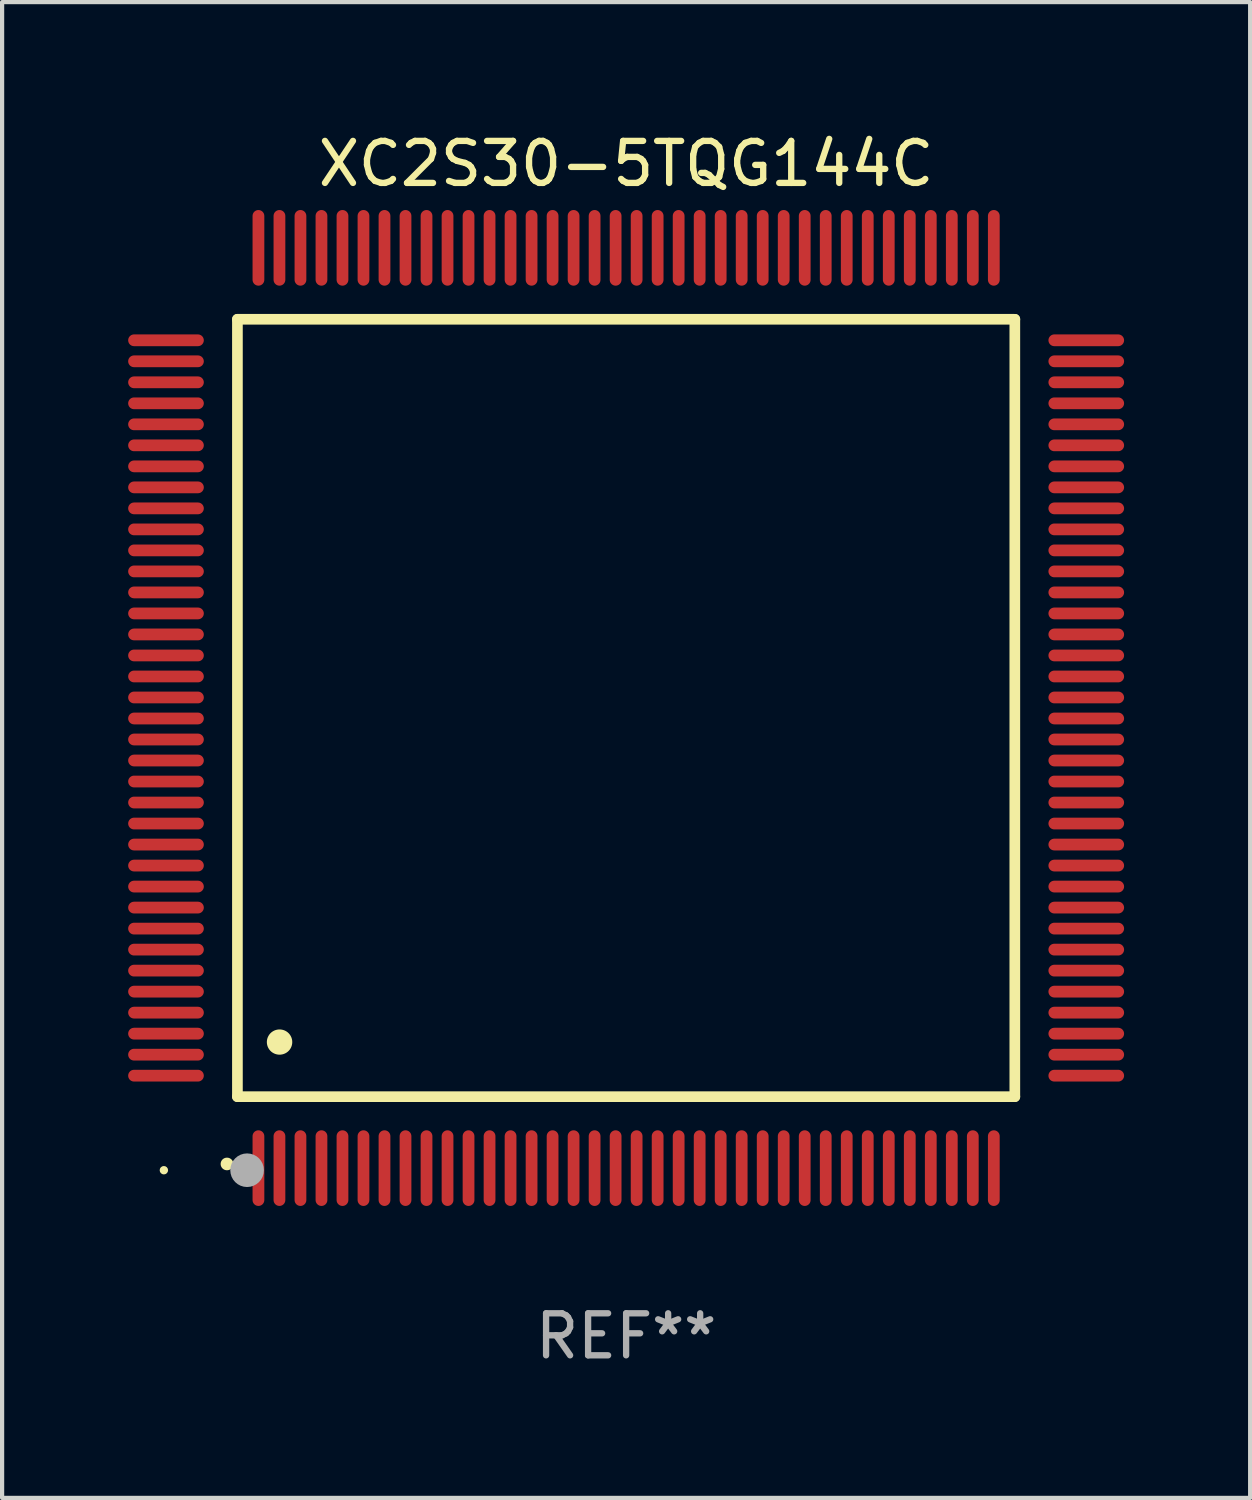
<source format=kicad_pcb>
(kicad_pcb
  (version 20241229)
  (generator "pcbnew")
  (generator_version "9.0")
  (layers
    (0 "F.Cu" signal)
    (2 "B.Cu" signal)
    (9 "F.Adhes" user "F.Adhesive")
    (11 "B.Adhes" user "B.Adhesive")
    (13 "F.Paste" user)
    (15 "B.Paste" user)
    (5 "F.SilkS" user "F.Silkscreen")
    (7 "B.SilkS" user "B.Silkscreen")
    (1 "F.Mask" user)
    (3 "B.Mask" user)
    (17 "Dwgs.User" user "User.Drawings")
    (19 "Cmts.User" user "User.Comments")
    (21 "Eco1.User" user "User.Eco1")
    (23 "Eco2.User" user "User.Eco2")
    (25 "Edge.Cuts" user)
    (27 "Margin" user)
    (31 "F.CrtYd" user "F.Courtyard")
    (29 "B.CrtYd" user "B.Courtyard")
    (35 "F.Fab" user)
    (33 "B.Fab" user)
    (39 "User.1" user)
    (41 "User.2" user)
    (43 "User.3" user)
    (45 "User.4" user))
  (footprint "XC2S30-5TQG144C"
    (layer "F.Cu")
    (at 11.85 13.798)
    (property "Reference" "XC2S30-5TQG144C" (at 0 -12.95 0) (layer "F.SilkS") (effects (font (size 1 1) (thickness 0.15))))
    (attr through_hole)
    (fp_line (start -9.25 -9.25) (end -9.25 9.25) (stroke (width 0.254) (type solid)) (layer "F.SilkS"))
    (fp_line (start -9.25 9.25) (end 9.25 9.25) (stroke (width 0.254) (type solid)) (layer "F.SilkS"))
    (fp_line (start 9.25 -9.25) (end -9.25 -9.25) (stroke (width 0.254) (type solid)) (layer "F.SilkS"))
    (fp_line (start 9.25 9.25) (end 9.25 -9.25) (stroke (width 0.254) (type solid)) (layer "F.SilkS"))
    (fp_arc (start -9.499619 10.850902) (mid -9.498349 10.850897) (end -9.497079 10.850902) (stroke (width 0.3) (type solid)) (layer "F.SilkS"))
    (fp_arc (start -8.249936 7.950216) (mid -8.247396 7.950205) (end -8.244856 7.950216) (stroke (width 0.6) (type solid)) (layer "F.SilkS"))
    (fp_circle (center -11 11) (end -10.95 11) (stroke (width 0.1) (type solid)) (fill no) (layer "F.SilkS"))
    (fp_circle (center -9.02 11) (end -8.82 11) (stroke (width 0.4) (type solid)) (fill no) (layer "F.Fab"))
    (fp_text user "REF**" (at 0 14.95 0) (layer "F.Fab") (effects (font (size 1 1) (thickness 0.15))))
    (pad "1" smd oval (at -8.75 10.95) (size 0.28 1.8) (layers "F.Cu" "F.Mask" "F.Paste"))
    (pad "2" smd oval (at -8.25 10.95) (size 0.28 1.8) (layers "F.Cu" "F.Mask" "F.Paste"))
    (pad "3" smd oval (at -7.75 10.95) (size 0.28 1.8) (layers "F.Cu" "F.Mask" "F.Paste"))
    (pad "4" smd oval (at -7.25 10.95) (size 0.28 1.8) (layers "F.Cu" "F.Mask" "F.Paste"))
    (pad "5" smd oval (at -6.75 10.95) (size 0.28 1.8) (layers "F.Cu" "F.Mask" "F.Paste"))
    (pad "6" smd oval (at -6.25 10.95) (size 0.28 1.8) (layers "F.Cu" "F.Mask" "F.Paste"))
    (pad "7" smd oval (at -5.75 10.95) (size 0.28 1.8) (layers "F.Cu" "F.Mask" "F.Paste"))
    (pad "8" smd oval (at -5.25 10.95) (size 0.28 1.8) (layers "F.Cu" "F.Mask" "F.Paste"))
    (pad "9" smd oval (at -4.75 10.95) (size 0.28 1.8) (layers "F.Cu" "F.Mask" "F.Paste"))
    (pad "10" smd oval (at -4.25 10.95) (size 0.28 1.8) (layers "F.Cu" "F.Mask" "F.Paste"))
    (pad "11" smd oval (at -3.75 10.95) (size 0.28 1.8) (layers "F.Cu" "F.Mask" "F.Paste"))
    (pad "12" smd oval (at -3.25 10.95) (size 0.28 1.8) (layers "F.Cu" "F.Mask" "F.Paste"))
    (pad "13" smd oval (at -2.75 10.95) (size 0.28 1.8) (layers "F.Cu" "F.Mask" "F.Paste"))
    (pad "14" smd oval (at -2.25 10.95) (size 0.28 1.8) (layers "F.Cu" "F.Mask" "F.Paste"))
    (pad "15" smd oval (at -1.75 10.95) (size 0.28 1.8) (layers "F.Cu" "F.Mask" "F.Paste"))
    (pad "16" smd oval (at -1.25 10.95) (size 0.28 1.8) (layers "F.Cu" "F.Mask" "F.Paste"))
    (pad "17" smd oval (at -0.75 10.95) (size 0.28 1.8) (layers "F.Cu" "F.Mask" "F.Paste"))
    (pad "18" smd oval (at -0.25 10.95) (size 0.28 1.8) (layers "F.Cu" "F.Mask" "F.Paste"))
    (pad "19" smd oval (at 0.25 10.95) (size 0.28 1.8) (layers "F.Cu" "F.Mask" "F.Paste"))
    (pad "20" smd oval (at 0.75 10.95) (size 0.28 1.8) (layers "F.Cu" "F.Mask" "F.Paste"))
    (pad "21" smd oval (at 1.25 10.95) (size 0.28 1.8) (layers "F.Cu" "F.Mask" "F.Paste"))
    (pad "22" smd oval (at 1.75 10.95) (size 0.28 1.8) (layers "F.Cu" "F.Mask" "F.Paste"))
    (pad "23" smd oval (at 2.25 10.95) (size 0.28 1.8) (layers "F.Cu" "F.Mask" "F.Paste"))
    (pad "24" smd oval (at 2.75 10.95) (size 0.28 1.8) (layers "F.Cu" "F.Mask" "F.Paste"))
    (pad "25" smd oval (at 3.25 10.95) (size 0.28 1.8) (layers "F.Cu" "F.Mask" "F.Paste"))
    (pad "26" smd oval (at 3.75 10.95) (size 0.28 1.8) (layers "F.Cu" "F.Mask" "F.Paste"))
    (pad "27" smd oval (at 4.25 10.95) (size 0.28 1.8) (layers "F.Cu" "F.Mask" "F.Paste"))
    (pad "28" smd oval (at 4.75 10.95) (size 0.28 1.8) (layers "F.Cu" "F.Mask" "F.Paste"))
    (pad "29" smd oval (at 5.25 10.95) (size 0.28 1.8) (layers "F.Cu" "F.Mask" "F.Paste"))
    (pad "30" smd oval (at 5.75 10.95) (size 0.28 1.8) (layers "F.Cu" "F.Mask" "F.Paste"))
    (pad "31" smd oval (at 6.25 10.95) (size 0.28 1.8) (layers "F.Cu" "F.Mask" "F.Paste"))
    (pad "32" smd oval (at 6.75 10.95) (size 0.28 1.8) (layers "F.Cu" "F.Mask" "F.Paste"))
    (pad "33" smd oval (at 7.25 10.95) (size 0.28 1.8) (layers "F.Cu" "F.Mask" "F.Paste"))
    (pad "34" smd oval (at 7.75 10.95) (size 0.28 1.8) (layers "F.Cu" "F.Mask" "F.Paste"))
    (pad "35" smd oval (at 8.25 10.95) (size 0.28 1.8) (layers "F.Cu" "F.Mask" "F.Paste"))
    (pad "36" smd oval (at 8.75 10.95) (size 0.28 1.8) (layers "F.Cu" "F.Mask" "F.Paste"))
    (pad "37" smd oval (at 10.95 8.75) (size 1.8 0.28) (layers "F.Cu" "F.Mask" "F.Paste"))
    (pad "38" smd oval (at 10.95 8.25) (size 1.8 0.28) (layers "F.Cu" "F.Mask" "F.Paste"))
    (pad "39" smd oval (at 10.95 7.75) (size 1.8 0.28) (layers "F.Cu" "F.Mask" "F.Paste"))
    (pad "40" smd oval (at 10.95 7.25) (size 1.8 0.28) (layers "F.Cu" "F.Mask" "F.Paste"))
    (pad "41" smd oval (at 10.95 6.75) (size 1.8 0.28) (layers "F.Cu" "F.Mask" "F.Paste"))
    (pad "42" smd oval (at 10.95 6.25) (size 1.8 0.28) (layers "F.Cu" "F.Mask" "F.Paste"))
    (pad "43" smd oval (at 10.95 5.75) (size 1.8 0.28) (layers "F.Cu" "F.Mask" "F.Paste"))
    (pad "44" smd oval (at 10.95 5.25) (size 1.8 0.28) (layers "F.Cu" "F.Mask" "F.Paste"))
    (pad "45" smd oval (at 10.95 4.75) (size 1.8 0.28) (layers "F.Cu" "F.Mask" "F.Paste"))
    (pad "46" smd oval (at 10.95 4.25) (size 1.8 0.28) (layers "F.Cu" "F.Mask" "F.Paste"))
    (pad "47" smd oval (at 10.95 3.75) (size 1.8 0.28) (layers "F.Cu" "F.Mask" "F.Paste"))
    (pad "48" smd oval (at 10.95 3.25) (size 1.8 0.28) (layers "F.Cu" "F.Mask" "F.Paste"))
    (pad "49" smd oval (at 10.95 2.75) (size 1.8 0.28) (layers "F.Cu" "F.Mask" "F.Paste"))
    (pad "50" smd oval (at 10.95 2.25) (size 1.8 0.28) (layers "F.Cu" "F.Mask" "F.Paste"))
    (pad "51" smd oval (at 10.95 1.75) (size 1.8 0.28) (layers "F.Cu" "F.Mask" "F.Paste"))
    (pad "52" smd oval (at 10.95 1.25) (size 1.8 0.28) (layers "F.Cu" "F.Mask" "F.Paste"))
    (pad "53" smd oval (at 10.95 0.75) (size 1.8 0.28) (layers "F.Cu" "F.Mask" "F.Paste"))
    (pad "54" smd oval (at 10.95 0.25) (size 1.8 0.28) (layers "F.Cu" "F.Mask" "F.Paste"))
    (pad "55" smd oval (at 10.95 -0.25) (size 1.8 0.28) (layers "F.Cu" "F.Mask" "F.Paste"))
    (pad "56" smd oval (at 10.95 -0.75) (size 1.8 0.28) (layers "F.Cu" "F.Mask" "F.Paste"))
    (pad "57" smd oval (at 10.95 -1.25) (size 1.8 0.28) (layers "F.Cu" "F.Mask" "F.Paste"))
    (pad "58" smd oval (at 10.95 -1.75) (size 1.8 0.28) (layers "F.Cu" "F.Mask" "F.Paste"))
    (pad "59" smd oval (at 10.95 -2.25) (size 1.8 0.28) (layers "F.Cu" "F.Mask" "F.Paste"))
    (pad "60" smd oval (at 10.95 -2.75) (size 1.8 0.28) (layers "F.Cu" "F.Mask" "F.Paste"))
    (pad "61" smd oval (at 10.95 -3.25) (size 1.8 0.28) (layers "F.Cu" "F.Mask" "F.Paste"))
    (pad "62" smd oval (at 10.95 -3.75) (size 1.8 0.28) (layers "F.Cu" "F.Mask" "F.Paste"))
    (pad "63" smd oval (at 10.95 -4.25) (size 1.8 0.28) (layers "F.Cu" "F.Mask" "F.Paste"))
    (pad "64" smd oval (at 10.95 -4.75) (size 1.8 0.28) (layers "F.Cu" "F.Mask" "F.Paste"))
    (pad "65" smd oval (at 10.95 -5.25) (size 1.8 0.28) (layers "F.Cu" "F.Mask" "F.Paste"))
    (pad "66" smd oval (at 10.95 -5.75) (size 1.8 0.28) (layers "F.Cu" "F.Mask" "F.Paste"))
    (pad "67" smd oval (at 10.95 -6.25) (size 1.8 0.28) (layers "F.Cu" "F.Mask" "F.Paste"))
    (pad "68" smd oval (at 10.95 -6.75) (size 1.8 0.28) (layers "F.Cu" "F.Mask" "F.Paste"))
    (pad "69" smd oval (at 10.95 -7.25) (size 1.8 0.28) (layers "F.Cu" "F.Mask" "F.Paste"))
    (pad "70" smd oval (at 10.95 -7.75) (size 1.8 0.28) (layers "F.Cu" "F.Mask" "F.Paste"))
    (pad "71" smd oval (at 10.95 -8.25) (size 1.8 0.28) (layers "F.Cu" "F.Mask" "F.Paste"))
    (pad "72" smd oval (at 10.95 -8.75) (size 1.8 0.28) (layers "F.Cu" "F.Mask" "F.Paste"))
    (pad "73" smd oval (at 8.75 -10.95) (size 0.28 1.8) (layers "F.Cu" "F.Mask" "F.Paste"))
    (pad "74" smd oval (at 8.25 -10.95) (size 0.28 1.8) (layers "F.Cu" "F.Mask" "F.Paste"))
    (pad "75" smd oval (at 7.75 -10.95) (size 0.28 1.8) (layers "F.Cu" "F.Mask" "F.Paste"))
    (pad "76" smd oval (at 7.25 -10.95) (size 0.28 1.8) (layers "F.Cu" "F.Mask" "F.Paste"))
    (pad "77" smd oval (at 6.75 -10.95) (size 0.28 1.8) (layers "F.Cu" "F.Mask" "F.Paste"))
    (pad "78" smd oval (at 6.25 -10.95) (size 0.28 1.8) (layers "F.Cu" "F.Mask" "F.Paste"))
    (pad "79" smd oval (at 5.75 -10.95) (size 0.28 1.8) (layers "F.Cu" "F.Mask" "F.Paste"))
    (pad "80" smd oval (at 5.25 -10.95) (size 0.28 1.8) (layers "F.Cu" "F.Mask" "F.Paste"))
    (pad "81" smd oval (at 4.75 -10.95) (size 0.28 1.8) (layers "F.Cu" "F.Mask" "F.Paste"))
    (pad "82" smd oval (at 4.25 -10.95) (size 0.28 1.8) (layers "F.Cu" "F.Mask" "F.Paste"))
    (pad "83" smd oval (at 3.75 -10.95) (size 0.28 1.8) (layers "F.Cu" "F.Mask" "F.Paste"))
    (pad "84" smd oval (at 3.25 -10.95) (size 0.28 1.8) (layers "F.Cu" "F.Mask" "F.Paste"))
    (pad "85" smd oval (at 2.75 -10.95) (size 0.28 1.8) (layers "F.Cu" "F.Mask" "F.Paste"))
    (pad "86" smd oval (at 2.25 -10.95) (size 0.28 1.8) (layers "F.Cu" "F.Mask" "F.Paste"))
    (pad "87" smd oval (at 1.75 -10.95) (size 0.28 1.8) (layers "F.Cu" "F.Mask" "F.Paste"))
    (pad "88" smd oval (at 1.25 -10.95) (size 0.28 1.8) (layers "F.Cu" "F.Mask" "F.Paste"))
    (pad "89" smd oval (at 0.75 -10.95) (size 0.28 1.8) (layers "F.Cu" "F.Mask" "F.Paste"))
    (pad "90" smd oval (at 0.25 -10.95) (size 0.28 1.8) (layers "F.Cu" "F.Mask" "F.Paste"))
    (pad "91" smd oval (at -0.25 -10.95) (size 0.28 1.8) (layers "F.Cu" "F.Mask" "F.Paste"))
    (pad "92" smd oval (at -0.75 -10.95) (size 0.28 1.8) (layers "F.Cu" "F.Mask" "F.Paste"))
    (pad "93" smd oval (at -1.25 -10.95) (size 0.28 1.8) (layers "F.Cu" "F.Mask" "F.Paste"))
    (pad "94" smd oval (at -1.75 -10.95) (size 0.28 1.8) (layers "F.Cu" "F.Mask" "F.Paste"))
    (pad "95" smd oval (at -2.25 -10.95) (size 0.28 1.8) (layers "F.Cu" "F.Mask" "F.Paste"))
    (pad "96" smd oval (at -2.75 -10.95) (size 0.28 1.8) (layers "F.Cu" "F.Mask" "F.Paste"))
    (pad "97" smd oval (at -3.25 -10.95) (size 0.28 1.8) (layers "F.Cu" "F.Mask" "F.Paste"))
    (pad "98" smd oval (at -3.75 -10.95) (size 0.28 1.8) (layers "F.Cu" "F.Mask" "F.Paste"))
    (pad "99" smd oval (at -4.25 -10.95) (size 0.28 1.8) (layers "F.Cu" "F.Mask" "F.Paste"))
    (pad "100" smd oval (at -4.75 -10.95) (size 0.28 1.8) (layers "F.Cu" "F.Mask" "F.Paste"))
    (pad "101" smd oval (at -5.25 -10.95) (size 0.28 1.8) (layers "F.Cu" "F.Mask" "F.Paste"))
    (pad "102" smd oval (at -5.75 -10.95) (size 0.28 1.8) (layers "F.Cu" "F.Mask" "F.Paste"))
    (pad "103" smd oval (at -6.25 -10.95) (size 0.28 1.8) (layers "F.Cu" "F.Mask" "F.Paste"))
    (pad "104" smd oval (at -6.75 -10.95) (size 0.28 1.8) (layers "F.Cu" "F.Mask" "F.Paste"))
    (pad "105" smd oval (at -7.25 -10.95) (size 0.28 1.8) (layers "F.Cu" "F.Mask" "F.Paste"))
    (pad "106" smd oval (at -7.75 -10.95) (size 0.28 1.8) (layers "F.Cu" "F.Mask" "F.Paste"))
    (pad "107" smd oval (at -8.25 -10.95) (size 0.28 1.8) (layers "F.Cu" "F.Mask" "F.Paste"))
    (pad "108" smd oval (at -8.75 -10.95) (size 0.28 1.8) (layers "F.Cu" "F.Mask" "F.Paste"))
    (pad "109" smd oval (at -10.95 -8.75) (size 1.8 0.28) (layers "F.Cu" "F.Mask" "F.Paste"))
    (pad "110" smd oval (at -10.95 -8.25) (size 1.8 0.28) (layers "F.Cu" "F.Mask" "F.Paste"))
    (pad "111" smd oval (at -10.95 -7.75) (size 1.8 0.28) (layers "F.Cu" "F.Mask" "F.Paste"))
    (pad "112" smd oval (at -10.95 -7.25) (size 1.8 0.28) (layers "F.Cu" "F.Mask" "F.Paste"))
    (pad "113" smd oval (at -10.95 -6.75) (size 1.8 0.28) (layers "F.Cu" "F.Mask" "F.Paste"))
    (pad "114" smd oval (at -10.95 -6.25) (size 1.8 0.28) (layers "F.Cu" "F.Mask" "F.Paste"))
    (pad "115" smd oval (at -10.95 -5.75) (size 1.8 0.28) (layers "F.Cu" "F.Mask" "F.Paste"))
    (pad "116" smd oval (at -10.95 -5.25) (size 1.8 0.28) (layers "F.Cu" "F.Mask" "F.Paste"))
    (pad "117" smd oval (at -10.95 -4.75) (size 1.8 0.28) (layers "F.Cu" "F.Mask" "F.Paste"))
    (pad "118" smd oval (at -10.95 -4.25) (size 1.8 0.28) (layers "F.Cu" "F.Mask" "F.Paste"))
    (pad "119" smd oval (at -10.95 -3.75) (size 1.8 0.28) (layers "F.Cu" "F.Mask" "F.Paste"))
    (pad "120" smd oval (at -10.95 -3.25) (size 1.8 0.28) (layers "F.Cu" "F.Mask" "F.Paste"))
    (pad "121" smd oval (at -10.95 -2.75) (size 1.8 0.28) (layers "F.Cu" "F.Mask" "F.Paste"))
    (pad "122" smd oval (at -10.95 -2.25) (size 1.8 0.28) (layers "F.Cu" "F.Mask" "F.Paste"))
    (pad "123" smd oval (at -10.95 -1.75) (size 1.8 0.28) (layers "F.Cu" "F.Mask" "F.Paste"))
    (pad "124" smd oval (at -10.95 -1.25) (size 1.8 0.28) (layers "F.Cu" "F.Mask" "F.Paste"))
    (pad "125" smd oval (at -10.95 -0.75) (size 1.8 0.28) (layers "F.Cu" "F.Mask" "F.Paste"))
    (pad "126" smd oval (at -10.95 -0.25) (size 1.8 0.28) (layers "F.Cu" "F.Mask" "F.Paste"))
    (pad "127" smd oval (at -10.95 0.25) (size 1.8 0.28) (layers "F.Cu" "F.Mask" "F.Paste"))
    (pad "128" smd oval (at -10.95 0.75) (size 1.8 0.28) (layers "F.Cu" "F.Mask" "F.Paste"))
    (pad "129" smd oval (at -10.95 1.25) (size 1.8 0.28) (layers "F.Cu" "F.Mask" "F.Paste"))
    (pad "130" smd oval (at -10.95 1.75) (size 1.8 0.28) (layers "F.Cu" "F.Mask" "F.Paste"))
    (pad "131" smd oval (at -10.95 2.25) (size 1.8 0.28) (layers "F.Cu" "F.Mask" "F.Paste"))
    (pad "132" smd oval (at -10.95 2.75) (size 1.8 0.28) (layers "F.Cu" "F.Mask" "F.Paste"))
    (pad "133" smd oval (at -10.95 3.25) (size 1.8 0.28) (layers "F.Cu" "F.Mask" "F.Paste"))
    (pad "134" smd oval (at -10.95 3.75) (size 1.8 0.28) (layers "F.Cu" "F.Mask" "F.Paste"))
    (pad "135" smd oval (at -10.95 4.25) (size 1.8 0.28) (layers "F.Cu" "F.Mask" "F.Paste"))
    (pad "136" smd oval (at -10.95 4.75) (size 1.8 0.28) (layers "F.Cu" "F.Mask" "F.Paste"))
    (pad "137" smd oval (at -10.95 5.25) (size 1.8 0.28) (layers "F.Cu" "F.Mask" "F.Paste"))
    (pad "138" smd oval (at -10.95 5.75) (size 1.8 0.28) (layers "F.Cu" "F.Mask" "F.Paste"))
    (pad "139" smd oval (at -10.95 6.25) (size 1.8 0.28) (layers "F.Cu" "F.Mask" "F.Paste"))
    (pad "140" smd oval (at -10.95 6.75) (size 1.8 0.28) (layers "F.Cu" "F.Mask" "F.Paste"))
    (pad "141" smd oval (at -10.95 7.25) (size 1.8 0.28) (layers "F.Cu" "F.Mask" "F.Paste"))
    (pad "142" smd oval (at -10.95 7.75) (size 1.8 0.28) (layers "F.Cu" "F.Mask" "F.Paste"))
    (pad "143" smd oval (at -10.95 8.25) (size 1.8 0.28) (layers "F.Cu" "F.Mask" "F.Paste"))
    (pad "144" smd oval (at -10.95 8.75) (size 1.8 0.28) (layers "F.Cu" "F.Mask" "F.Paste")))
  (gr_rect
    (start -3 -3)
    (end 26.7 32.596)
    (stroke (width 0.1) (type default))
    (fill no)
    (layer "Edge.Cuts")))
</source>
